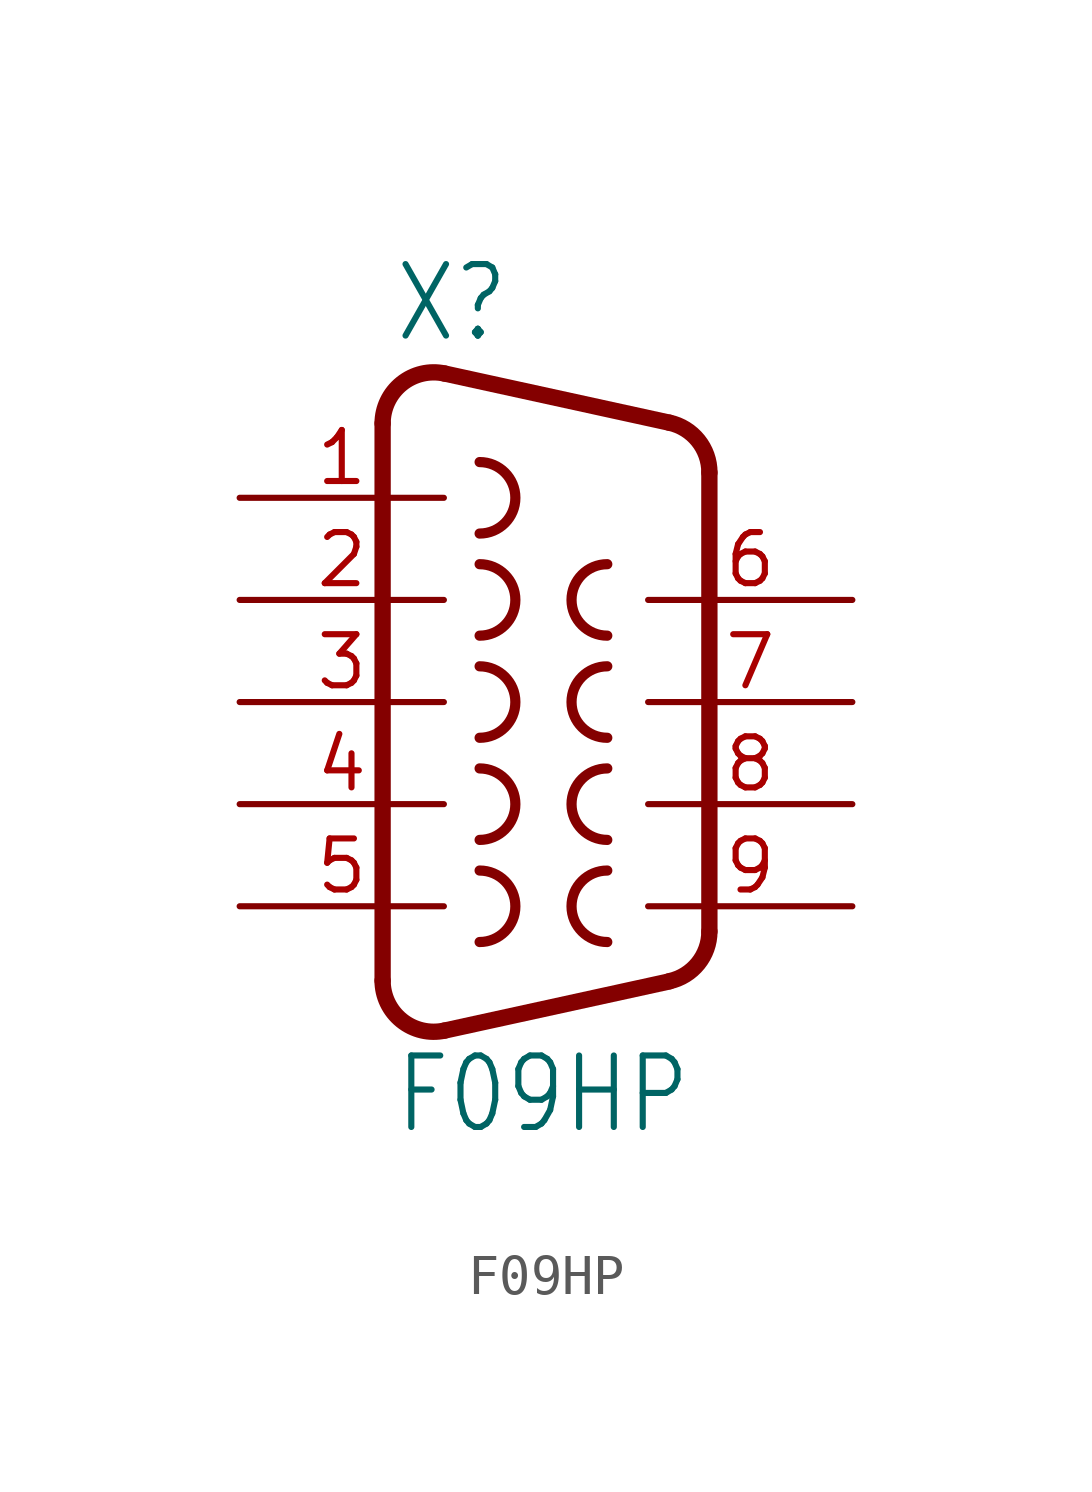
<source format=kicad_sym>
(kicad_symbol_lib
  (version 20220914)
  (generator kicad_symbol_editor)
  (symbol "F09HP"
    (property "Reference" "X"
      (at -3.81 8.89 0)
      (effects (font (size 1.778 1.511)) (justify left bottom)))
    (property "Value" "F09HP"
      (at -3.81 -10.795 0)
      (effects (font (size 1.778 1.511)) (justify left bottom)))
    (property "ki_locked" ""
      (at 0 0 0)
      (effects (font (size 1.27 1.27))))
    (symbol "F09HP_1_0"
      (arc (start -4.064 -6.9312) (mid -3.5903 -7.9205) (end -2.5226 -8.1719) (stroke (width 0.4064) (type default)) (fill (type none)))
      (arc (start -2.5226 8.172) (mid -3.5903 7.9205) (end -4.064 6.9312) (stroke (width 0.4064) (type default)) (fill (type none)))
      (arc (start -1.651 -5.969) (mid -0.7658 -5.08) (end -1.651 -4.191) (stroke (width 0.254) (type default)) (fill (type none)))
      (arc (start -1.651 -3.429) (mid -0.7658 -2.54) (end -1.651 -1.651) (stroke (width 0.254) (type default)) (fill (type none)))
      (arc (start -1.651 -0.889) (mid -0.7658 0) (end -1.651 0.889) (stroke (width 0.254) (type default)) (fill (type none)))
      (arc (start -1.651 1.651) (mid -0.7658 2.54) (end -1.651 3.429) (stroke (width 0.254) (type default)) (fill (type none)))
      (arc (start -1.651 4.191) (mid -0.7658 5.08) (end -1.651 5.969) (stroke (width 0.254) (type default)) (fill (type none)))
      (polyline (pts (xy -4.064 -6.931) (xy -4.064 6.931)) (stroke (width 0.406) (type default)) (fill (type none)))
      (polyline (pts (xy -2.523 -8.172) (xy 3.065 -6.949)) (stroke (width 0.406) (type default)) (fill (type none)))
      (polyline (pts (xy -2.523 8.172) (xy 3.065 6.949)) (stroke (width 0.406) (type default)) (fill (type none)))
      (polyline (pts (xy 4.064 -5.709) (xy 4.064 5.709)) (stroke (width 0.406) (type default)) (fill (type none)))
      (arc (start 1.524 -4.191) (mid 0.6388 -5.08) (end 1.524 -5.969) (stroke (width 0.254) (type default)) (fill (type none)))
      (arc (start 1.524 -1.651) (mid 0.6388 -2.54) (end 1.524 -3.429) (stroke (width 0.254) (type default)) (fill (type none)))
      (arc (start 1.524 0.889) (mid 0.6388 0) (end 1.524 -0.889) (stroke (width 0.254) (type default)) (fill (type none)))
      (arc (start 1.524 3.429) (mid 0.6388 2.54) (end 1.524 1.651) (stroke (width 0.254) (type default)) (fill (type none)))
      (arc (start 3.0654 -6.9494) (mid 3.7833 -6.5051) (end 4.064 -5.7088) (stroke (width 0.4064) (type default)) (fill (type none)))
      (arc (start 4.0642 5.7088) (mid 3.7836 6.5053) (end 3.0654 6.9495) (stroke (width 0.4064) (type default)) (fill (type none)))
      (pin passive line (at -7.62 5.08 0) (length 5.08) (name "1" (effects (font (size 0 0)))) (number "1" (effects (font (size 1.27 1.27)))))
      (pin passive line (at -7.62 2.54 0) (length 5.08) (name "2" (effects (font (size 0 0)))) (number "2" (effects (font (size 1.27 1.27)))))
      (pin passive line (at -7.62 0 0) (length 5.08) (name "3" (effects (font (size 0 0)))) (number "3" (effects (font (size 1.27 1.27)))))
      (pin passive line (at -7.62 -2.54 0) (length 5.08) (name "4" (effects (font (size 0 0)))) (number "4" (effects (font (size 1.27 1.27)))))
      (pin passive line (at -7.62 -5.08 0) (length 5.08) (name "5" (effects (font (size 0 0)))) (number "5" (effects (font (size 1.27 1.27)))))
      (pin passive line (at 7.62 2.54 180) (length 5.08) (name "6" (effects (font (size 0 0)))) (number "6" (effects (font (size 1.27 1.27)))))
      (pin passive line (at 7.62 0 180) (length 5.08) (name "7" (effects (font (size 0 0)))) (number "7" (effects (font (size 1.27 1.27)))))
      (pin passive line (at 7.62 -2.54 180) (length 5.08) (name "8" (effects (font (size 0 0)))) (number "8" (effects (font (size 1.27 1.27)))))
      (pin passive line (at 7.62 -5.08 180) (length 5.08) (name "9" (effects (font (size 0 0)))) (number "9" (effects (font (size 1.27 1.27))))))))
</source>
